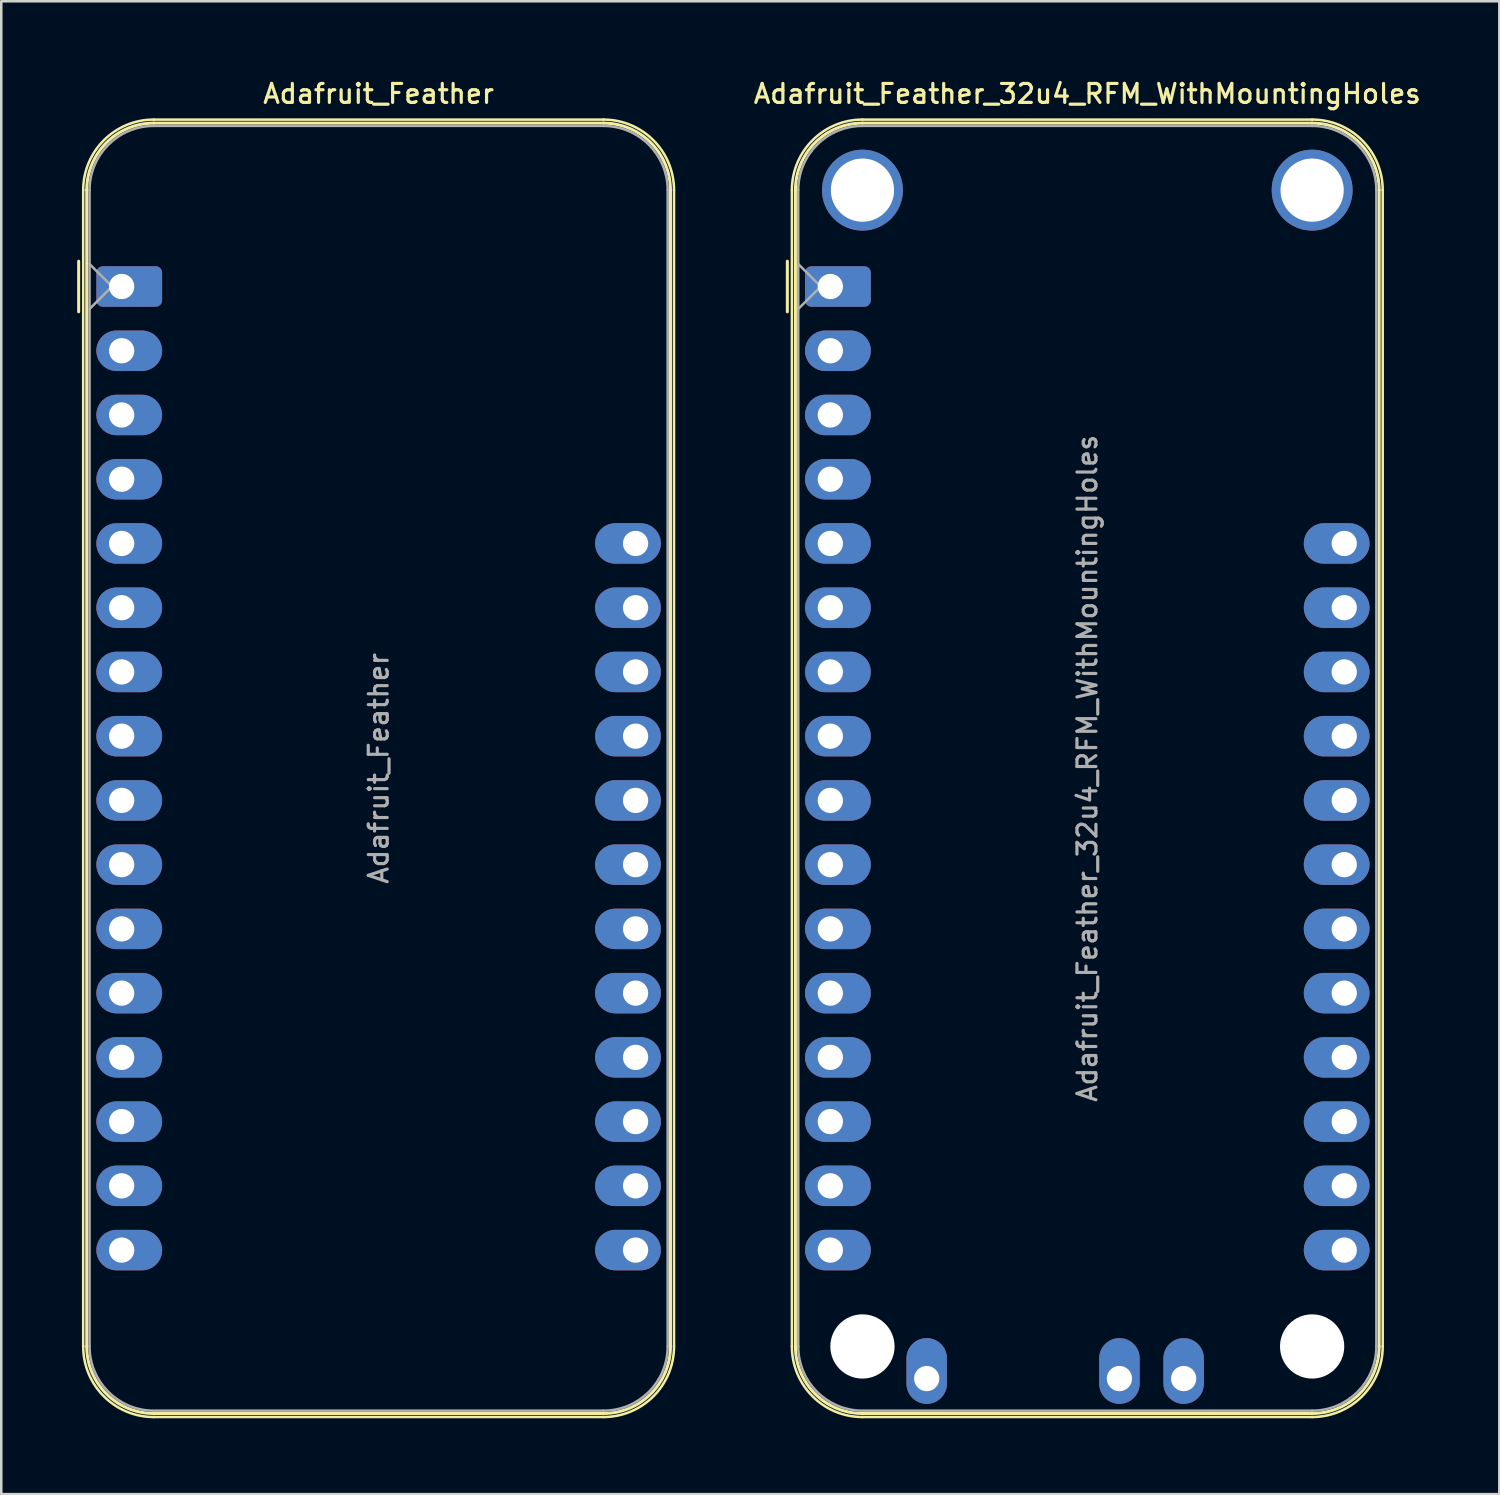
<source format=kicad_pcb>
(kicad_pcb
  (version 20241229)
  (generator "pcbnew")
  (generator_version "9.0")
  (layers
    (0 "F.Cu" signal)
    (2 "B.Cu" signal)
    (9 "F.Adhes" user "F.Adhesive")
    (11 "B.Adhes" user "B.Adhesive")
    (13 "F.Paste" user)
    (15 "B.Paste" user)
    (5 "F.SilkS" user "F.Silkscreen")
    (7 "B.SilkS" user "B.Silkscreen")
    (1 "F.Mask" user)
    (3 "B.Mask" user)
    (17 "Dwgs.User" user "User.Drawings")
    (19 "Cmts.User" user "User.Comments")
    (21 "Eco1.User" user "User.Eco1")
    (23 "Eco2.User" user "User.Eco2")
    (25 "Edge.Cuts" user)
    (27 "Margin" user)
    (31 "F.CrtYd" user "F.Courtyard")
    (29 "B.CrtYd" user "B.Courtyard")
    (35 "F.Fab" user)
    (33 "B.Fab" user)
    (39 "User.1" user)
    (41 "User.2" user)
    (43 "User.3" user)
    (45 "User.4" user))
  (footprint "Adafruit_Feather"
    (layer "F.Cu")
    (at 1.76 8.278)
    (property "Reference" "Adafruit_Feather" (at 10.16 -7.62 0) (layer "F.SilkS") (effects (font (size 0.75 0.75) (thickness 0.125))))
    (attr through_hole)
    (fp_line (start -1.7 1) (end -1.7 -1) (stroke (width 0.12) (type solid)) (layer "F.SilkS"))
    (fp_line (start -1.52 41.91) (end -1.52 -3.81) (stroke (width 0.1) (type solid)) (layer "F.SilkS"))
    (fp_line (start -1.38 -3.81) (end -1.38 41.91) (stroke (width 0.12) (type solid)) (layer "F.SilkS"))
    (fp_line (start 19.05 -6.6) (end 1.27 -6.6) (stroke (width 0.1) (type solid)) (layer "F.SilkS"))
    (fp_line (start 19.05 -6.46) (end 1.27 -6.46) (stroke (width 0.12) (type solid)) (layer "F.SilkS"))
    (fp_line (start 19.05 44.56) (end 1.27 44.56) (stroke (width 0.12) (type solid)) (layer "F.SilkS"))
    (fp_line (start 19.05 44.7) (end 1.27 44.7) (stroke (width 0.1) (type solid)) (layer "F.SilkS"))
    (fp_line (start 21.7 -3.81) (end 21.7 41.91) (stroke (width 0.12) (type solid)) (layer "F.SilkS"))
    (fp_line (start 21.84 41.91) (end 21.84 -3.81) (stroke (width 0.1) (type solid)) (layer "F.SilkS"))
    (fp_arc (start -1.52 -3.81) (mid -0.702828 -5.782828) (end 1.27 -6.6) (stroke (width 0.1) (type solid)) (layer "F.SilkS"))
    (fp_arc (start -1.38 -3.81) (mid -0.603833 -5.683833) (end 1.27 -6.46) (stroke (width 0.12) (type solid)) (layer "F.SilkS"))
    (fp_arc (start 1.27 44.56) (mid -0.603833 43.783833) (end -1.38 41.91) (stroke (width 0.12) (type solid)) (layer "F.SilkS"))
    (fp_arc (start 1.27 44.7) (mid -0.702828 43.882828) (end -1.52 41.91) (stroke (width 0.1) (type solid)) (layer "F.SilkS"))
    (fp_arc (start 19.05 -6.6) (mid 21.022828 -5.782828) (end 21.84 -3.81) (stroke (width 0.1) (type solid)) (layer "F.SilkS"))
    (fp_arc (start 19.05 -6.46) (mid 20.923833 -5.683833) (end 21.7 -3.81) (stroke (width 0.12) (type solid)) (layer "F.SilkS"))
    (fp_arc (start 21.7 41.91) (mid 20.923833 43.783833) (end 19.05 44.56) (stroke (width 0.12) (type solid)) (layer "F.SilkS"))
    (fp_arc (start 21.84 41.91) (mid 21.022828 43.882828) (end 19.05 44.7) (stroke (width 0.1) (type solid)) (layer "F.SilkS"))
    (fp_line (start -1.27 -3.81) (end -1.27 41.91) (stroke (width 0.1) (type solid)) (layer "F.Fab"))
    (fp_line (start -1.27 -0.889) (end -0.381 0) (stroke (width 0.1) (type solid)) (layer "F.Fab"))
    (fp_line (start -0.381 0) (end -1.27 0.889) (stroke (width 0.1) (type solid)) (layer "F.Fab"))
    (fp_line (start 1.27 44.45) (end 19.05 44.45) (stroke (width 0.1) (type solid)) (layer "F.Fab"))
    (fp_line (start 19.05 -6.35) (end 1.27 -6.35) (stroke (width 0.1) (type solid)) (layer "F.Fab"))
    (fp_line (start 21.59 41.91) (end 21.59 -3.81) (stroke (width 0.1) (type solid)) (layer "F.Fab"))
    (fp_arc (start -1.27 -3.81) (mid -0.526051 -5.606051) (end 1.27 -6.35) (stroke (width 0.1) (type solid)) (layer "F.Fab"))
    (fp_arc (start 1.221238 44.449532) (mid -0.543209 43.688728) (end -1.27 41.91) (stroke (width 0.1) (type solid)) (layer "F.Fab"))
    (fp_arc (start 19.05 -6.35) (mid 20.846051 -5.606051) (end 21.59 -3.81) (stroke (width 0.1) (type solid)) (layer "F.Fab"))
    (fp_arc (start 21.59 41.91) (mid 20.846051 43.706051) (end 19.05 44.45) (stroke (width 0.1) (type solid)) (layer "F.Fab"))
    (fp_text user "${REFERENCE}" (at 10.16 19.05 270) (layer "F.Fab") (effects (font (size 0.75 0.75) (thickness 0.125))))
    (pad "1" thru_hole roundrect (at 0 0) (size 2.6 1.6) (drill 1 (offset 0.3 0)) (layers "*.Cu" "*.Mask") (roundrect_rratio 0.156))
    (pad "2" thru_hole oval (at 0 2.54) (size 2.6 1.6) (drill 1 (offset 0.3 0)) (layers "*.Cu" "*.Mask"))
    (pad "3" thru_hole oval (at 0 5.08) (size 2.6 1.6) (drill 1 (offset 0.3 0)) (layers "*.Cu" "*.Mask"))
    (pad "4" thru_hole oval (at 0 7.62) (size 2.6 1.6) (drill 1 (offset 0.3 0)) (layers "*.Cu" "*.Mask"))
    (pad "5" thru_hole oval (at 0 10.16) (size 2.6 1.6) (drill 1 (offset 0.3 0)) (layers "*.Cu" "*.Mask"))
    (pad "6" thru_hole oval (at 0 12.7) (size 2.6 1.6) (drill 1 (offset 0.3 0)) (layers "*.Cu" "*.Mask"))
    (pad "7" thru_hole oval (at 0 15.24) (size 2.6 1.6) (drill 1 (offset 0.3 0)) (layers "*.Cu" "*.Mask"))
    (pad "8" thru_hole oval (at 0 17.78) (size 2.6 1.6) (drill 1 (offset 0.3 0)) (layers "*.Cu" "*.Mask"))
    (pad "9" thru_hole oval (at 0 20.32) (size 2.6 1.6) (drill 1 (offset 0.3 0)) (layers "*.Cu" "*.Mask"))
    (pad "10" thru_hole oval (at 0 22.86) (size 2.6 1.6) (drill 1 (offset 0.3 0)) (layers "*.Cu" "*.Mask"))
    (pad "11" thru_hole oval (at 0 25.4) (size 2.6 1.6) (drill 1 (offset 0.3 0)) (layers "*.Cu" "*.Mask"))
    (pad "12" thru_hole oval (at 0 27.94) (size 2.6 1.6) (drill 1 (offset 0.3 0)) (layers "*.Cu" "*.Mask"))
    (pad "13" thru_hole oval (at 0 30.48) (size 2.6 1.6) (drill 1 (offset 0.3 0)) (layers "*.Cu" "*.Mask"))
    (pad "14" thru_hole oval (at 0 33.02) (size 2.6 1.6) (drill 1 (offset 0.3 0)) (layers "*.Cu" "*.Mask"))
    (pad "15" thru_hole oval (at 0 35.56) (size 2.6 1.6) (drill 1 (offset 0.3 0)) (layers "*.Cu" "*.Mask"))
    (pad "16" thru_hole oval (at 0 38.1) (size 2.6 1.6) (drill 1 (offset 0.3 0)) (layers "*.Cu" "*.Mask"))
    (pad "17" thru_hole oval (at 20.32 38.1 180) (size 2.6 1.6) (drill 1 (offset 0.3 0)) (layers "*.Cu" "*.Mask"))
    (pad "18" thru_hole oval (at 20.32 35.56 180) (size 2.6 1.6) (drill 1 (offset 0.3 0)) (layers "*.Cu" "*.Mask"))
    (pad "19" thru_hole oval (at 20.32 33.02 180) (size 2.6 1.6) (drill 1 (offset 0.3 0)) (layers "*.Cu" "*.Mask"))
    (pad "20" thru_hole oval (at 20.32 30.48 180) (size 2.6 1.6) (drill 1 (offset 0.3 0)) (layers "*.Cu" "*.Mask"))
    (pad "21" thru_hole oval (at 20.32 27.94 180) (size 2.6 1.6) (drill 1 (offset 0.3 0)) (layers "*.Cu" "*.Mask"))
    (pad "22" thru_hole oval (at 20.32 25.4 180) (size 2.6 1.6) (drill 1 (offset 0.3 0)) (layers "*.Cu" "*.Mask"))
    (pad "23" thru_hole oval (at 20.32 22.86 180) (size 2.6 1.6) (drill 1 (offset 0.3 0)) (layers "*.Cu" "*.Mask"))
    (pad "24" thru_hole oval (at 20.32 20.32 180) (size 2.6 1.6) (drill 1 (offset 0.3 0)) (layers "*.Cu" "*.Mask"))
    (pad "25" thru_hole oval (at 20.32 17.78 180) (size 2.6 1.6) (drill 1 (offset 0.3 0)) (layers "*.Cu" "*.Mask"))
    (pad "26" thru_hole oval (at 20.32 15.24 180) (size 2.6 1.6) (drill 1 (offset 0.3 0)) (layers "*.Cu" "*.Mask"))
    (pad "27" thru_hole oval (at 20.32 12.7 180) (size 2.6 1.6) (drill 1 (offset 0.3 0)) (layers "*.Cu" "*.Mask"))
    (pad "28" thru_hole oval (at 20.32 10.16 180) (size 2.6 1.6) (drill 1 (offset 0.3 0)) (layers "*.Cu" "*.Mask")))
  (footprint "Adafruit_Feather_32u4_RFM_WithMountingHoles"
    (layer "F.Cu")
    (at 29.781 8.278)
    (property "Reference" "Adafruit_Feather_32u4_RFM_WithMountingHoles" (at 10.16 -7.62 0) (layer "F.SilkS") (effects (font (size 0.75 0.75) (thickness 0.125))))
    (attr through_hole)
    (fp_line (start -1.7 1) (end -1.7 -1) (stroke (width 0.12) (type solid)) (layer "F.SilkS"))
    (fp_line (start -1.52 41.91) (end -1.52 -3.81) (stroke (width 0.1) (type solid)) (layer "F.SilkS"))
    (fp_line (start -1.38 -3.81) (end -1.38 41.91) (stroke (width 0.12) (type solid)) (layer "F.SilkS"))
    (fp_line (start 19.05 -6.6) (end 1.27 -6.6) (stroke (width 0.1) (type solid)) (layer "F.SilkS"))
    (fp_line (start 19.05 -6.46) (end 1.27 -6.46) (stroke (width 0.12) (type solid)) (layer "F.SilkS"))
    (fp_line (start 19.05 44.56) (end 1.27 44.56) (stroke (width 0.12) (type solid)) (layer "F.SilkS"))
    (fp_line (start 19.05 44.7) (end 1.27 44.7) (stroke (width 0.1) (type solid)) (layer "F.SilkS"))
    (fp_line (start 21.7 -3.81) (end 21.7 41.91) (stroke (width 0.12) (type solid)) (layer "F.SilkS"))
    (fp_line (start 21.84 41.91) (end 21.84 -3.81) (stroke (width 0.1) (type solid)) (layer "F.SilkS"))
    (fp_arc (start -1.52 -3.81) (mid -0.702828 -5.782828) (end 1.27 -6.6) (stroke (width 0.1) (type solid)) (layer "F.SilkS"))
    (fp_arc (start -1.38 -3.81) (mid -0.603833 -5.683833) (end 1.27 -6.46) (stroke (width 0.12) (type solid)) (layer "F.SilkS"))
    (fp_arc (start 1.27 44.56) (mid -0.603833 43.783833) (end -1.38 41.91) (stroke (width 0.12) (type solid)) (layer "F.SilkS"))
    (fp_arc (start 1.27 44.7) (mid -0.702828 43.882828) (end -1.52 41.91) (stroke (width 0.1) (type solid)) (layer "F.SilkS"))
    (fp_arc (start 19.05 -6.6) (mid 21.022828 -5.782828) (end 21.84 -3.81) (stroke (width 0.1) (type solid)) (layer "F.SilkS"))
    (fp_arc (start 19.05 -6.46) (mid 20.923833 -5.683833) (end 21.7 -3.81) (stroke (width 0.12) (type solid)) (layer "F.SilkS"))
    (fp_arc (start 21.7 41.91) (mid 20.923833 43.783833) (end 19.05 44.56) (stroke (width 0.12) (type solid)) (layer "F.SilkS"))
    (fp_arc (start 21.84 41.91) (mid 21.022828 43.882828) (end 19.05 44.7) (stroke (width 0.1) (type solid)) (layer "F.SilkS"))
    (fp_line (start -1.27 -3.81) (end -1.27 41.91) (stroke (width 0.1) (type solid)) (layer "F.Fab"))
    (fp_line (start -1.27 -0.889) (end -0.381 0) (stroke (width 0.1) (type solid)) (layer "F.Fab"))
    (fp_line (start -0.381 0) (end -1.27 0.889) (stroke (width 0.1) (type solid)) (layer "F.Fab"))
    (fp_line (start 1.27 44.45) (end 19.05 44.45) (stroke (width 0.1) (type solid)) (layer "F.Fab"))
    (fp_line (start 19.05 -6.35) (end 1.27 -6.35) (stroke (width 0.1) (type solid)) (layer "F.Fab"))
    (fp_line (start 21.59 41.91) (end 21.59 -3.81) (stroke (width 0.1) (type solid)) (layer "F.Fab"))
    (fp_arc (start -1.27 -3.81) (mid -0.526051 -5.606051) (end 1.27 -6.35) (stroke (width 0.1) (type solid)) (layer "F.Fab"))
    (fp_arc (start 1.221238 44.449532) (mid -0.543209 43.688728) (end -1.27 41.91) (stroke (width 0.1) (type solid)) (layer "F.Fab"))
    (fp_arc (start 19.05 -6.35) (mid 20.846051 -5.606051) (end 21.59 -3.81) (stroke (width 0.1) (type solid)) (layer "F.Fab"))
    (fp_arc (start 21.59 41.91) (mid 20.846051 43.706051) (end 19.05 44.45) (stroke (width 0.1) (type solid)) (layer "F.Fab"))
    (fp_text user "${REFERENCE}" (at 10.16 19.05 270) (layer "F.Fab") (effects (font (size 0.75 0.75) (thickness 0.125))))
    (pad "" np_thru_hole circle (at 1.27 -3.81 270) (size 3.2 3.2) (drill 2.5) (layers "*.Cu" "*.Mask"))
    (pad "" np_thru_hole circle (at 1.27 41.91 270) (size 2.54 2.54) (drill 2.54) (layers "*.Cu" "*.Mask"))
    (pad "" np_thru_hole circle (at 19.05 -3.81 270) (size 3.2 3.2) (drill 2.5) (layers "*.Cu" "*.Mask"))
    (pad "" np_thru_hole circle (at 19.05 41.91 270) (size 2.54 2.54) (drill 2.54) (layers "*.Cu" "*.Mask"))
    (pad "1" thru_hole roundrect (at 0 0) (size 2.6 1.6) (drill 1 (offset 0.3 0)) (layers "*.Cu" "*.Mask") (roundrect_rratio 0.156))
    (pad "2" thru_hole oval (at 0 2.54) (size 2.6 1.6) (drill 1 (offset 0.3 0)) (layers "*.Cu" "*.Mask"))
    (pad "3" thru_hole oval (at 0 5.08) (size 2.6 1.6) (drill 1 (offset 0.3 0)) (layers "*.Cu" "*.Mask"))
    (pad "4" thru_hole oval (at 0 7.62) (size 2.6 1.6) (drill 1 (offset 0.3 0)) (layers "*.Cu" "*.Mask"))
    (pad "5" thru_hole oval (at 0 10.16) (size 2.6 1.6) (drill 1 (offset 0.3 0)) (layers "*.Cu" "*.Mask"))
    (pad "6" thru_hole oval (at 0 12.7) (size 2.6 1.6) (drill 1 (offset 0.3 0)) (layers "*.Cu" "*.Mask"))
    (pad "7" thru_hole oval (at 0 15.24) (size 2.6 1.6) (drill 1 (offset 0.3 0)) (layers "*.Cu" "*.Mask"))
    (pad "8" thru_hole oval (at 0 17.78) (size 2.6 1.6) (drill 1 (offset 0.3 0)) (layers "*.Cu" "*.Mask"))
    (pad "9" thru_hole oval (at 0 20.32) (size 2.6 1.6) (drill 1 (offset 0.3 0)) (layers "*.Cu" "*.Mask"))
    (pad "10" thru_hole oval (at 0 22.86) (size 2.6 1.6) (drill 1 (offset 0.3 0)) (layers "*.Cu" "*.Mask"))
    (pad "11" thru_hole oval (at 0 25.4) (size 2.6 1.6) (drill 1 (offset 0.3 0)) (layers "*.Cu" "*.Mask"))
    (pad "12" thru_hole oval (at 0 27.94) (size 2.6 1.6) (drill 1 (offset 0.3 0)) (layers "*.Cu" "*.Mask"))
    (pad "13" thru_hole oval (at 0 30.48) (size 2.6 1.6) (drill 1 (offset 0.3 0)) (layers "*.Cu" "*.Mask"))
    (pad "14" thru_hole oval (at 0 33.02) (size 2.6 1.6) (drill 1 (offset 0.3 0)) (layers "*.Cu" "*.Mask"))
    (pad "15" thru_hole oval (at 0 35.56) (size 2.6 1.6) (drill 1 (offset 0.3 0)) (layers "*.Cu" "*.Mask"))
    (pad "16" thru_hole oval (at 0 38.1) (size 2.6 1.6) (drill 1 (offset 0.3 0)) (layers "*.Cu" "*.Mask"))
    (pad "17" thru_hole oval (at 20.32 38.1 180) (size 2.6 1.6) (drill 1 (offset 0.3 0)) (layers "*.Cu" "*.Mask"))
    (pad "18" thru_hole oval (at 20.32 35.56 180) (size 2.6 1.6) (drill 1 (offset 0.3 0)) (layers "*.Cu" "*.Mask"))
    (pad "19" thru_hole oval (at 20.32 33.02 180) (size 2.6 1.6) (drill 1 (offset 0.3 0)) (layers "*.Cu" "*.Mask"))
    (pad "20" thru_hole oval (at 20.32 30.48 180) (size 2.6 1.6) (drill 1 (offset 0.3 0)) (layers "*.Cu" "*.Mask"))
    (pad "21" thru_hole oval (at 20.32 27.94 180) (size 2.6 1.6) (drill 1 (offset 0.3 0)) (layers "*.Cu" "*.Mask"))
    (pad "22" thru_hole oval (at 20.32 25.4 180) (size 2.6 1.6) (drill 1 (offset 0.3 0)) (layers "*.Cu" "*.Mask"))
    (pad "23" thru_hole oval (at 20.32 22.86 180) (size 2.6 1.6) (drill 1 (offset 0.3 0)) (layers "*.Cu" "*.Mask"))
    (pad "24" thru_hole oval (at 20.32 20.32 180) (size 2.6 1.6) (drill 1 (offset 0.3 0)) (layers "*.Cu" "*.Mask"))
    (pad "25" thru_hole oval (at 20.32 17.78 180) (size 2.6 1.6) (drill 1 (offset 0.3 0)) (layers "*.Cu" "*.Mask"))
    (pad "26" thru_hole oval (at 20.32 15.24 180) (size 2.6 1.6) (drill 1 (offset 0.3 0)) (layers "*.Cu" "*.Mask"))
    (pad "27" thru_hole oval (at 20.32 12.7 180) (size 2.6 1.6) (drill 1 (offset 0.3 0)) (layers "*.Cu" "*.Mask"))
    (pad "28" thru_hole oval (at 20.32 10.16 180) (size 2.6 1.6) (drill 1 (offset 0.3 0)) (layers "*.Cu" "*.Mask"))
    (pad "29" thru_hole oval (at 3.81 43.18 90) (size 2.6 1.6) (drill 1 (offset 0.3 0)) (layers "*.Cu" "*.Mask"))
    (pad "30" thru_hole oval (at 11.43 43.18 90) (size 2.6 1.6) (drill 1 (offset 0.3 0)) (layers "*.Cu" "*.Mask"))
    (pad "31" thru_hole oval (at 13.97 43.18 90) (size 2.6 1.6) (drill 1 (offset 0.3 0)) (layers "*.Cu" "*.Mask")))
  (gr_rect
    (start -3 -3)
    (end 56.232 56.028)
    (stroke (width 0.1) (type default))
    (fill no)
    (layer "Edge.Cuts")))
</source>
